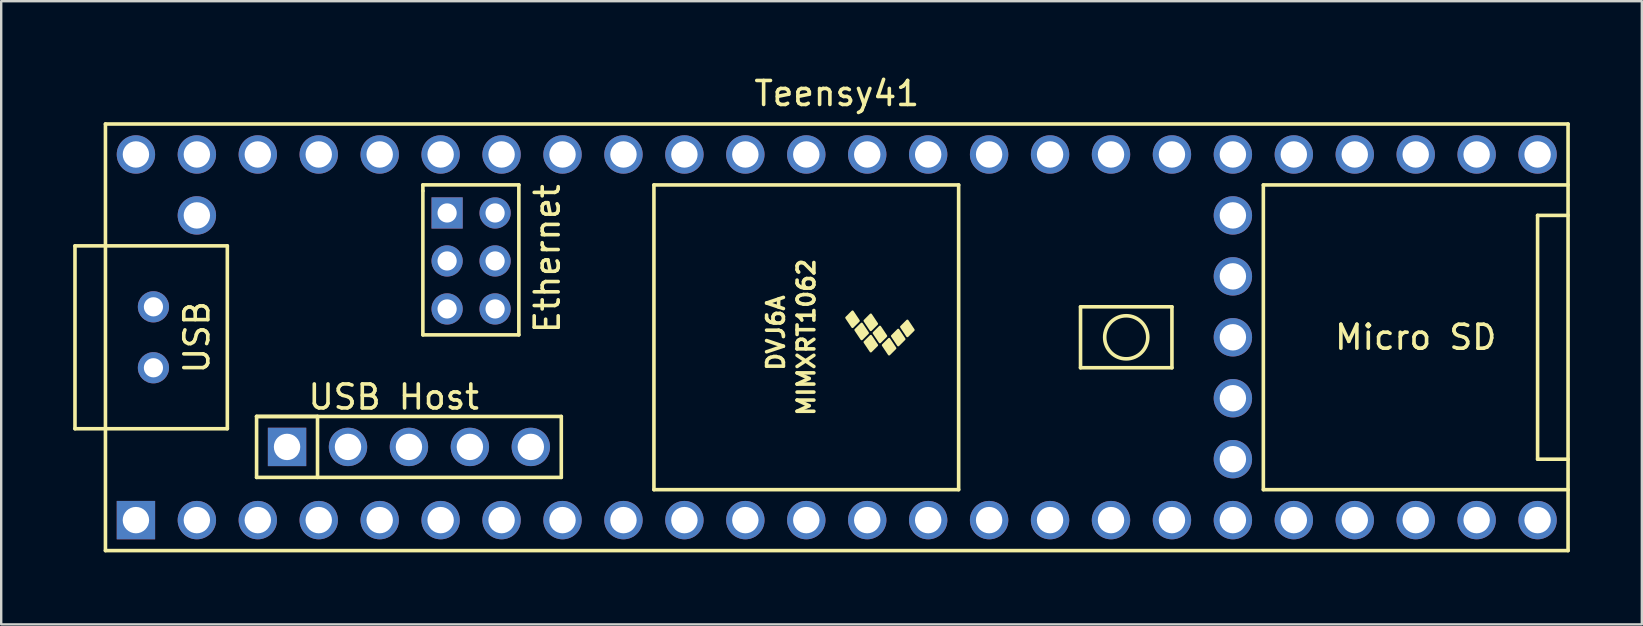
<source format=kicad_pcb>
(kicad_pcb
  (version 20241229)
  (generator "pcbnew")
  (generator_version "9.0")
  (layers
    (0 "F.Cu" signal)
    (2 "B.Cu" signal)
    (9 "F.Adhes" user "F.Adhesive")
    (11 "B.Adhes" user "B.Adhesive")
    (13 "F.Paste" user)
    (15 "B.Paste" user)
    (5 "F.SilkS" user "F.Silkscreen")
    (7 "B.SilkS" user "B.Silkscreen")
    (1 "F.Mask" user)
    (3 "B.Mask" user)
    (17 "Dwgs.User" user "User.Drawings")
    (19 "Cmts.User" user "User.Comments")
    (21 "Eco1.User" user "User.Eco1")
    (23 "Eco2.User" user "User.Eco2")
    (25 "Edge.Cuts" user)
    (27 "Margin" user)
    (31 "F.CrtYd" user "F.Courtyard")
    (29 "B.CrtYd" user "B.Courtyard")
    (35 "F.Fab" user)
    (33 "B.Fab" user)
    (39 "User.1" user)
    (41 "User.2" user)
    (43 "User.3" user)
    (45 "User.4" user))
  (footprint "Teensy41"
    (layer "F.Cu")
    (at 31.825 11.008)
    (property "Reference" "Teensy41" (at 0 -10.16 0) (layer "F.SilkS") (effects (font (size 1 1) (thickness 0.15))))
    (attr through_hole)
    (fp_line (start -31.75 -3.81) (end -30.48 -3.81) (stroke (width 0.15) (type solid)) (layer "F.SilkS"))
    (fp_line (start -31.75 3.81) (end -31.75 -3.81) (stroke (width 0.15) (type solid)) (layer "F.SilkS"))
    (fp_line (start -30.48 -8.89) (end 30.48 -8.89) (stroke (width 0.15) (type solid)) (layer "F.SilkS"))
    (fp_line (start -30.48 3.81) (end -31.75 3.81) (stroke (width 0.15) (type solid)) (layer "F.SilkS"))
    (fp_line (start -30.48 8.89) (end -30.48 -8.89) (stroke (width 0.15) (type solid)) (layer "F.SilkS"))
    (fp_line (start -25.4 -3.81) (end -30.48 -3.81) (stroke (width 0.15) (type solid)) (layer "F.SilkS"))
    (fp_line (start -25.4 3.81) (end -30.48 3.81) (stroke (width 0.15) (type solid)) (layer "F.SilkS"))
    (fp_line (start -25.4 3.81) (end -25.4 -3.81) (stroke (width 0.15) (type solid)) (layer "F.SilkS"))
    (fp_line (start -24.181 3.299) (end -21.641 3.299) (stroke (width 0.15) (type solid)) (layer "F.SilkS"))
    (fp_line (start -24.181 3.299) (end -11.481 3.299) (stroke (width 0.15) (type solid)) (layer "F.SilkS"))
    (fp_line (start -24.181 5.839) (end -24.181 3.299) (stroke (width 0.15) (type solid)) (layer "F.SilkS"))
    (fp_line (start -21.641 3.299) (end -21.641 5.839) (stroke (width 0.15) (type solid)) (layer "F.SilkS"))
    (fp_line (start -17.25 -6.352) (end -17.25 -6.102) (stroke (width 0.15) (type solid)) (layer "F.SilkS"))
    (fp_line (start -17.25 -6.102) (end -17.25 -0.102) (stroke (width 0.15) (type solid)) (layer "F.SilkS"))
    (fp_line (start -17.25 -0.102) (end -13.25 -0.102) (stroke (width 0.15) (type solid)) (layer "F.SilkS"))
    (fp_line (start -13.25 -6.352) (end -17.25 -6.352) (stroke (width 0.15) (type solid)) (layer "F.SilkS"))
    (fp_line (start -13.25 -0.102) (end -13.25 -6.352) (stroke (width 0.15) (type solid)) (layer "F.SilkS"))
    (fp_line (start -11.481 3.299) (end -11.481 5.839) (stroke (width 0.15) (type solid)) (layer "F.SilkS"))
    (fp_line (start -11.481 5.839) (end -24.181 5.839) (stroke (width 0.15) (type solid)) (layer "F.SilkS"))
    (fp_line (start -7.62 -6.35) (end -7.62 6.35) (stroke (width 0.15) (type solid)) (layer "F.SilkS"))
    (fp_line (start -7.62 6.35) (end 5.08 6.35) (stroke (width 0.15) (type solid)) (layer "F.SilkS"))
    (fp_line (start 5.08 -6.35) (end -7.62 -6.35) (stroke (width 0.15) (type solid)) (layer "F.SilkS"))
    (fp_line (start 5.08 6.35) (end 5.08 -6.35) (stroke (width 0.15) (type solid)) (layer "F.SilkS"))
    (fp_line (start 10.16 -1.27) (end 13.97 -1.27) (stroke (width 0.15) (type solid)) (layer "F.SilkS"))
    (fp_line (start 10.16 1.27) (end 10.16 -1.27) (stroke (width 0.15) (type solid)) (layer "F.SilkS"))
    (fp_line (start 13.97 -1.27) (end 13.97 1.27) (stroke (width 0.15) (type solid)) (layer "F.SilkS"))
    (fp_line (start 13.97 1.27) (end 10.16 1.27) (stroke (width 0.15) (type solid)) (layer "F.SilkS"))
    (fp_line (start 17.78 -6.35) (end 17.78 6.35) (stroke (width 0.15) (type solid)) (layer "F.SilkS"))
    (fp_line (start 17.78 6.35) (end 30.48 6.35) (stroke (width 0.15) (type solid)) (layer "F.SilkS"))
    (fp_line (start 29.21 -5.08) (end 29.21 5.08) (stroke (width 0.15) (type solid)) (layer "F.SilkS"))
    (fp_line (start 29.21 5.08) (end 30.48 5.08) (stroke (width 0.15) (type solid)) (layer "F.SilkS"))
    (fp_line (start 30.48 -8.89) (end 30.48 8.89) (stroke (width 0.15) (type solid)) (layer "F.SilkS"))
    (fp_line (start 30.48 -6.35) (end 17.78 -6.35) (stroke (width 0.15) (type solid)) (layer "F.SilkS"))
    (fp_line (start 30.48 -5.08) (end 29.21 -5.08) (stroke (width 0.15) (type solid)) (layer "F.SilkS"))
    (fp_line (start 30.48 8.89) (end -30.48 8.89) (stroke (width 0.15) (type solid)) (layer "F.SilkS"))
    (fp_circle (center 12.065 0) (end 12.7 -0.635) (stroke (width 0.15) (type solid)) (fill no) (layer "F.SilkS"))
    (fp_poly (pts (xy 0.911 -0.688) (xy 0.657 -0.434) (xy 0.403 -0.815) (xy 0.657 -1.069)) (stroke (width 0.1) (type solid)) (fill yes) (layer "F.SilkS"))
    (fp_poly (pts (xy 1.292 -0.18) (xy 1.038 0.074) (xy 0.784 -0.307) (xy 1.038 -0.561)) (stroke (width 0.1) (type solid)) (fill yes) (layer "F.SilkS"))
    (fp_poly (pts (xy 1.673 -0.561) (xy 1.419 -0.307) (xy 1.165 -0.688) (xy 1.419 -0.942)) (stroke (width 0.1) (type solid)) (fill yes) (layer "F.SilkS"))
    (fp_poly (pts (xy 1.673 0.328) (xy 1.419 0.582) (xy 1.165 0.201) (xy 1.419 -0.053)) (stroke (width 0.1) (type solid)) (fill yes) (layer "F.SilkS"))
    (fp_poly (pts (xy 2.054 -0.053) (xy 1.8 0.201) (xy 1.546 -0.18) (xy 1.8 -0.434)) (stroke (width 0.1) (type solid)) (fill yes) (layer "F.SilkS"))
    (fp_poly (pts (xy 2.435 0.455) (xy 2.181 0.709) (xy 1.927 0.328) (xy 2.181 0.074)) (stroke (width 0.1) (type solid)) (fill yes) (layer "F.SilkS"))
    (fp_poly (pts (xy 2.816 0.074) (xy 2.562 0.328) (xy 2.308 -0.053) (xy 2.562 -0.307)) (stroke (width 0.1) (type solid)) (fill yes) (layer "F.SilkS"))
    (fp_poly (pts (xy 3.197 -0.307) (xy 2.943 -0.053) (xy 2.689 -0.434) (xy 2.943 -0.688)) (stroke (width 0.1) (type solid)) (fill yes) (layer "F.SilkS"))
    (fp_text user "Micro SD" (at 24.13 0 0) (layer "F.SilkS") (effects (font (size 1 1) (thickness 0.15))))
    (fp_text user "MIMXRT1062" (at -1.27 0 270) (layer "F.SilkS") (effects (font (size 0.7 0.7) (thickness 0.15))))
    (fp_text user "Ethernet" (at -12.065 -3.277 90) (layer "F.SilkS") (effects (font (size 1 1) (thickness 0.15))))
    (fp_text user "DVJ6A" (at -2.54 -0.18 270) (layer "F.SilkS") (effects (font (size 0.7 0.7) (thickness 0.15))))
    (fp_text user "USB Host" (at -18.466 2.489 0) (layer "F.SilkS") (effects (font (size 1 1) (thickness 0.15))))
    (fp_text user "USB" (at -26.67 0 270) (layer "F.SilkS") (effects (font (size 1 1) (thickness 0.15))))
    (pad "1" thru_hole rect (at -29.21 7.62) (size 1.6 1.6) (drill 1.1) (layers "*.Cu" "*.Mask"))
    (pad "2" thru_hole circle (at -26.67 7.62) (size 1.6 1.6) (drill 1.1) (layers "*.Cu" "*.Mask"))
    (pad "3" thru_hole circle (at -24.13 7.62) (size 1.6 1.6) (drill 1.1) (layers "*.Cu" "*.Mask"))
    (pad "4" thru_hole circle (at -21.59 7.62) (size 1.6 1.6) (drill 1.1) (layers "*.Cu" "*.Mask"))
    (pad "5" thru_hole circle (at -19.05 7.62) (size 1.6 1.6) (drill 1.1) (layers "*.Cu" "*.Mask"))
    (pad "6" thru_hole circle (at -16.51 7.62) (size 1.6 1.6) (drill 1.1) (layers "*.Cu" "*.Mask"))
    (pad "7" thru_hole circle (at -13.97 7.62) (size 1.6 1.6) (drill 1.1) (layers "*.Cu" "*.Mask"))
    (pad "8" thru_hole circle (at -11.43 7.62) (size 1.6 1.6) (drill 1.1) (layers "*.Cu" "*.Mask"))
    (pad "9" thru_hole circle (at -8.89 7.62) (size 1.6 1.6) (drill 1.1) (layers "*.Cu" "*.Mask"))
    (pad "10" thru_hole circle (at -6.35 7.62) (size 1.6 1.6) (drill 1.1) (layers "*.Cu" "*.Mask"))
    (pad "11" thru_hole circle (at -3.81 7.62) (size 1.6 1.6) (drill 1.1) (layers "*.Cu" "*.Mask"))
    (pad "12" thru_hole circle (at -1.27 7.62) (size 1.6 1.6) (drill 1.1) (layers "*.Cu" "*.Mask"))
    (pad "13" thru_hole circle (at 1.27 7.62) (size 1.6 1.6) (drill 1.1) (layers "*.Cu" "*.Mask"))
    (pad "14" thru_hole circle (at 3.81 7.62) (size 1.6 1.6) (drill 1.1) (layers "*.Cu" "*.Mask"))
    (pad "15" thru_hole circle (at 6.35 7.62) (size 1.6 1.6) (drill 1.1) (layers "*.Cu" "*.Mask"))
    (pad "16" thru_hole circle (at 8.89 7.62) (size 1.6 1.6) (drill 1.1) (layers "*.Cu" "*.Mask"))
    (pad "17" thru_hole circle (at 11.43 7.62) (size 1.6 1.6) (drill 1.1) (layers "*.Cu" "*.Mask"))
    (pad "18" thru_hole circle (at 13.97 7.62) (size 1.6 1.6) (drill 1.1) (layers "*.Cu" "*.Mask"))
    (pad "19" thru_hole circle (at 16.51 7.62) (size 1.6 1.6) (drill 1.1) (layers "*.Cu" "*.Mask"))
    (pad "20" thru_hole circle (at 19.05 7.62) (size 1.6 1.6) (drill 1.1) (layers "*.Cu" "*.Mask"))
    (pad "21" thru_hole circle (at 21.59 7.62) (size 1.6 1.6) (drill 1.1) (layers "*.Cu" "*.Mask"))
    (pad "22" thru_hole circle (at 24.13 7.62) (size 1.6 1.6) (drill 1.1) (layers "*.Cu" "*.Mask"))
    (pad "23" thru_hole circle (at 26.67 7.62) (size 1.6 1.6) (drill 1.1) (layers "*.Cu" "*.Mask"))
    (pad "24" thru_hole circle (at 29.21 7.62) (size 1.6 1.6) (drill 1.1) (layers "*.Cu" "*.Mask"))
    (pad "25" thru_hole circle (at 29.21 -7.62) (size 1.6 1.6) (drill 1.1) (layers "*.Cu" "*.Mask"))
    (pad "26" thru_hole circle (at 26.67 -7.62) (size 1.6 1.6) (drill 1.1) (layers "*.Cu" "*.Mask"))
    (pad "27" thru_hole circle (at 24.13 -7.62) (size 1.6 1.6) (drill 1.1) (layers "*.Cu" "*.Mask"))
    (pad "28" thru_hole circle (at 21.59 -7.62) (size 1.6 1.6) (drill 1.1) (layers "*.Cu" "*.Mask"))
    (pad "29" thru_hole circle (at 19.05 -7.62) (size 1.6 1.6) (drill 1.1) (layers "*.Cu" "*.Mask"))
    (pad "30" thru_hole circle (at 16.51 -7.62) (size 1.6 1.6) (drill 1.1) (layers "*.Cu" "*.Mask"))
    (pad "31" thru_hole circle (at 13.97 -7.62) (size 1.6 1.6) (drill 1.1) (layers "*.Cu" "*.Mask"))
    (pad "32" thru_hole circle (at 11.43 -7.62) (size 1.6 1.6) (drill 1.1) (layers "*.Cu" "*.Mask"))
    (pad "33" thru_hole circle (at 8.89 -7.62) (size 1.6 1.6) (drill 1.1) (layers "*.Cu" "*.Mask"))
    (pad "34" thru_hole circle (at 6.35 -7.62) (size 1.6 1.6) (drill 1.1) (layers "*.Cu" "*.Mask"))
    (pad "35" thru_hole circle (at 3.81 -7.62) (size 1.6 1.6) (drill 1.1) (layers "*.Cu" "*.Mask"))
    (pad "36" thru_hole circle (at 1.27 -7.62) (size 1.6 1.6) (drill 1.1) (layers "*.Cu" "*.Mask"))
    (pad "37" thru_hole circle (at -1.27 -7.62) (size 1.6 1.6) (drill 1.1) (layers "*.Cu" "*.Mask"))
    (pad "38" thru_hole circle (at -3.81 -7.62) (size 1.6 1.6) (drill 1.1) (layers "*.Cu" "*.Mask"))
    (pad "39" thru_hole circle (at -6.35 -7.62) (size 1.6 1.6) (drill 1.1) (layers "*.Cu" "*.Mask"))
    (pad "40" thru_hole circle (at -8.89 -7.62) (size 1.6 1.6) (drill 1.1) (layers "*.Cu" "*.Mask"))
    (pad "41" thru_hole circle (at -11.43 -7.62) (size 1.6 1.6) (drill 1.1) (layers "*.Cu" "*.Mask"))
    (pad "42" thru_hole circle (at -13.97 -7.62) (size 1.6 1.6) (drill 1.1) (layers "*.Cu" "*.Mask"))
    (pad "43" thru_hole circle (at -16.51 -7.62) (size 1.6 1.6) (drill 1.1) (layers "*.Cu" "*.Mask"))
    (pad "44" thru_hole circle (at -19.05 -7.62) (size 1.6 1.6) (drill 1.1) (layers "*.Cu" "*.Mask"))
    (pad "45" thru_hole circle (at -21.59 -7.62) (size 1.6 1.6) (drill 1.1) (layers "*.Cu" "*.Mask"))
    (pad "46" thru_hole circle (at -24.13 -7.62) (size 1.6 1.6) (drill 1.1) (layers "*.Cu" "*.Mask"))
    (pad "47" thru_hole circle (at -26.67 -7.62) (size 1.6 1.6) (drill 1.1) (layers "*.Cu" "*.Mask"))
    (pad "48" thru_hole circle (at -29.21 -7.62) (size 1.6 1.6) (drill 1.1) (layers "*.Cu" "*.Mask"))
    (pad "49" thru_hole circle (at -26.67 -5.08) (size 1.6 1.6) (drill 1.1) (layers "*.Cu" "*.Mask"))
    (pad "50" thru_hole circle (at 16.51 5.08) (size 1.6 1.6) (drill 1.1) (layers "*.Cu" "*.Mask"))
    (pad "51" thru_hole circle (at 16.51 2.54) (size 1.6 1.6) (drill 1.1) (layers "*.Cu" "*.Mask"))
    (pad "52" thru_hole circle (at 16.51 0) (size 1.6 1.6) (drill 1.1) (layers "*.Cu" "*.Mask"))
    (pad "53" thru_hole circle (at 16.51 -2.54) (size 1.6 1.6) (drill 1.1) (layers "*.Cu" "*.Mask"))
    (pad "54" thru_hole circle (at 16.51 -5.08) (size 1.6 1.6) (drill 1.1) (layers "*.Cu" "*.Mask"))
    (pad "55" thru_hole rect (at -22.911 4.569) (size 1.6 1.6) (drill 1.1) (layers "*.Cu" "*.Mask"))
    (pad "56" thru_hole circle (at -20.371 4.569) (size 1.6 1.6) (drill 1.1) (layers "*.Cu" "*.Mask"))
    (pad "57" thru_hole circle (at -17.831 4.569) (size 1.6 1.6) (drill 1.1) (layers "*.Cu" "*.Mask"))
    (pad "58" thru_hole circle (at -15.291 4.569) (size 1.6 1.6) (drill 1.1) (layers "*.Cu" "*.Mask"))
    (pad "59" thru_hole circle (at -12.751 4.569) (size 1.6 1.6) (drill 1.1) (layers "*.Cu" "*.Mask"))
    (pad "60" thru_hole rect (at -16.24 -5.182) (size 1.3 1.3) (drill 0.8) (layers "*.Cu" "*.Mask"))
    (pad "61" thru_hole circle (at -16.24 -3.182) (size 1.3 1.3) (drill 0.8) (layers "*.Cu" "*.Mask"))
    (pad "62" thru_hole circle (at -16.24 -1.182) (size 1.3 1.3) (drill 0.8) (layers "*.Cu" "*.Mask"))
    (pad "63" thru_hole circle (at -14.24 -1.182) (size 1.3 1.3) (drill 0.8) (layers "*.Cu" "*.Mask"))
    (pad "64" thru_hole circle (at -14.24 -3.182) (size 1.3 1.3) (drill 0.8) (layers "*.Cu" "*.Mask"))
    (pad "65" thru_hole circle (at -14.24 -5.182) (size 1.3 1.3) (drill 0.8) (layers "*.Cu" "*.Mask"))
    (pad "66" thru_hole circle (at -28.48 -1.27) (size 1.3 1.3) (drill 0.8) (layers "*.Cu" "*.Mask"))
    (pad "67" thru_hole circle (at -28.48 1.27) (size 1.3 1.3) (drill 0.8) (layers "*.Cu" "*.Mask")))
  (gr_rect
    (start -3 -3)
    (end 65.38 22.973)
    (stroke (width 0.1) (type default))
    (fill no)
    (layer "Edge.Cuts")))
</source>
